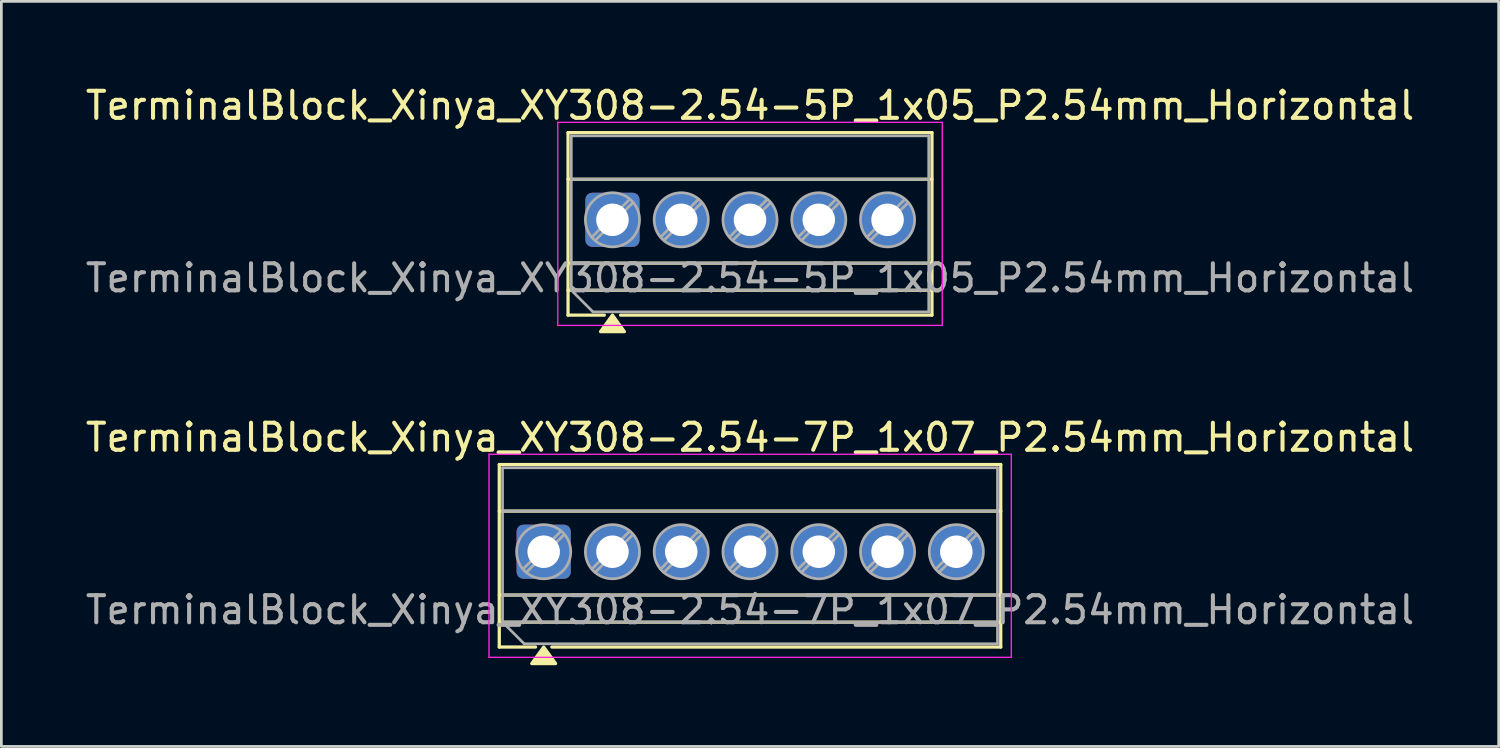
<source format=kicad_pcb>
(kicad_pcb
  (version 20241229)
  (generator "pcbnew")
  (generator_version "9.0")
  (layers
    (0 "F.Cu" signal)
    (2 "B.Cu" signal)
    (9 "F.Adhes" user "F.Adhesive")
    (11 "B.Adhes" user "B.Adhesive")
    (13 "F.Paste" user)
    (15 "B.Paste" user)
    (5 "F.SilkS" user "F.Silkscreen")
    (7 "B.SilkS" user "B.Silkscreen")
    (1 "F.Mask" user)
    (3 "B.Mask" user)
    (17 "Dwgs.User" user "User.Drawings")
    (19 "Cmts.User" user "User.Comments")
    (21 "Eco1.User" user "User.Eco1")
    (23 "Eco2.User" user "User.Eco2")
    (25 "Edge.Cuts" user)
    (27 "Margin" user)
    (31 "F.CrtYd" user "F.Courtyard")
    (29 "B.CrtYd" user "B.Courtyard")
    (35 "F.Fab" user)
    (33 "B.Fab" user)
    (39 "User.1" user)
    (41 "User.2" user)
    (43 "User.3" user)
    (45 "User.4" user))
  (footprint "TerminalBlock_Xinya_XY308-2.54-7P_1x07_P2.54mm_Horizontal"
    (layer "F.Cu")
    (at 17.029 17.326)
    (property "Reference" "TerminalBlock_Xinya_XY308-2.54-7P_1x07_P2.54mm_Horizontal" (at 7.62 -4.22 0) (layer "F.SilkS") (effects (font (size 1 1) (thickness 0.15))))
    (attr through_hole)
    (fp_line (start -1.64 -3.22) (end 16.88 -3.22) (stroke (width 0.12) (type solid)) (layer "F.SilkS"))
    (fp_line (start -1.64 -1.5) (end 16.88 -1.5) (stroke (width 0.12) (type solid)) (layer "F.SilkS"))
    (fp_line (start -1.64 1.6) (end 16.88 1.6) (stroke (width 0.12) (type solid)) (layer "F.SilkS"))
    (fp_line (start -1.64 2.6) (end 16.88 2.6) (stroke (width 0.12) (type solid)) (layer "F.SilkS"))
    (fp_line (start -1.64 3.52) (end -1.64 -3.22) (stroke (width 0.12) (type solid)) (layer "F.SilkS"))
    (fp_line (start -0.3 3.52) (end -1.64 3.52) (stroke (width 0.12) (type solid)) (layer "F.SilkS"))
    (fp_line (start 16.88 -3.22) (end 16.88 3.52) (stroke (width 0.12) (type solid)) (layer "F.SilkS"))
    (fp_line (start 16.88 3.52) (end 0.3 3.52) (stroke (width 0.12) (type solid)) (layer "F.SilkS"))
    (fp_poly (pts (xy 0 3.52) (xy 0.44 4.13) (xy -0.44 4.13)) (stroke (width 0.12) (type solid)) (fill yes) (layer "F.SilkS"))
    (fp_line (start -2.02 -3.6) (end -2.02 3.9) (stroke (width 0.05) (type solid)) (layer "F.CrtYd"))
    (fp_line (start -2.02 3.9) (end 17.27 3.9) (stroke (width 0.05) (type solid)) (layer "F.CrtYd"))
    (fp_line (start 17.27 -3.6) (end -2.02 -3.6) (stroke (width 0.05) (type solid)) (layer "F.CrtYd"))
    (fp_line (start 17.27 3.9) (end 17.27 -3.6) (stroke (width 0.05) (type solid)) (layer "F.CrtYd"))
    (fp_line (start -1.52 -3.1) (end 16.76 -3.1) (stroke (width 0.1) (type solid)) (layer "F.Fab"))
    (fp_line (start -1.52 -1.5) (end 16.76 -1.5) (stroke (width 0.1) (type solid)) (layer "F.Fab"))
    (fp_line (start -1.52 1.6) (end 16.76 1.6) (stroke (width 0.1) (type solid)) (layer "F.Fab"))
    (fp_line (start -1.52 2.6) (end -1.52 -3.1) (stroke (width 0.1) (type solid)) (layer "F.Fab"))
    (fp_line (start -1.52 2.6) (end 16.76 2.6) (stroke (width 0.1) (type solid)) (layer "F.Fab"))
    (fp_line (start -0.72 3.4) (end -1.52 2.6) (stroke (width 0.1) (type solid)) (layer "F.Fab"))
    (fp_line (start 0.636 -0.758) (end -0.758 0.636) (stroke (width 0.1) (type solid)) (layer "F.Fab"))
    (fp_line (start 0.758 -0.636) (end -0.636 0.758) (stroke (width 0.1) (type solid)) (layer "F.Fab"))
    (fp_line (start 3.176 -0.758) (end 1.782 0.636) (stroke (width 0.1) (type solid)) (layer "F.Fab"))
    (fp_line (start 3.298 -0.636) (end 1.904 0.758) (stroke (width 0.1) (type solid)) (layer "F.Fab"))
    (fp_line (start 5.716 -0.758) (end 4.322 0.636) (stroke (width 0.1) (type solid)) (layer "F.Fab"))
    (fp_line (start 5.838 -0.636) (end 4.444 0.758) (stroke (width 0.1) (type solid)) (layer "F.Fab"))
    (fp_line (start 8.256 -0.758) (end 6.862 0.636) (stroke (width 0.1) (type solid)) (layer "F.Fab"))
    (fp_line (start 8.378 -0.636) (end 6.984 0.758) (stroke (width 0.1) (type solid)) (layer "F.Fab"))
    (fp_line (start 10.796 -0.758) (end 9.402 0.636) (stroke (width 0.1) (type solid)) (layer "F.Fab"))
    (fp_line (start 10.918 -0.636) (end 9.524 0.758) (stroke (width 0.1) (type solid)) (layer "F.Fab"))
    (fp_line (start 13.336 -0.758) (end 11.942 0.636) (stroke (width 0.1) (type solid)) (layer "F.Fab"))
    (fp_line (start 13.458 -0.636) (end 12.064 0.758) (stroke (width 0.1) (type solid)) (layer "F.Fab"))
    (fp_line (start 15.876 -0.758) (end 14.482 0.636) (stroke (width 0.1) (type solid)) (layer "F.Fab"))
    (fp_line (start 15.998 -0.636) (end 14.604 0.758) (stroke (width 0.1) (type solid)) (layer "F.Fab"))
    (fp_line (start 16.76 -3.1) (end 16.76 3.4) (stroke (width 0.1) (type solid)) (layer "F.Fab"))
    (fp_line (start 16.76 3.4) (end -0.72 3.4) (stroke (width 0.1) (type solid)) (layer "F.Fab"))
    (fp_circle (center 0 0) (end 1 0) (stroke (width 0.1) (type solid)) (fill no) (layer "F.Fab"))
    (fp_circle (center 2.54 0) (end 3.54 0) (stroke (width 0.1) (type solid)) (fill no) (layer "F.Fab"))
    (fp_circle (center 5.08 0) (end 6.08 0) (stroke (width 0.1) (type solid)) (fill no) (layer "F.Fab"))
    (fp_circle (center 7.62 0) (end 8.62 0) (stroke (width 0.1) (type solid)) (fill no) (layer "F.Fab"))
    (fp_circle (center 10.16 0) (end 11.16 0) (stroke (width 0.1) (type solid)) (fill no) (layer "F.Fab"))
    (fp_circle (center 12.7 0) (end 13.7 0) (stroke (width 0.1) (type solid)) (fill no) (layer "F.Fab"))
    (fp_circle (center 15.24 0) (end 16.24 0) (stroke (width 0.1) (type solid)) (fill no) (layer "F.Fab"))
    (fp_text user "${REFERENCE}" (at 7.62 2.15 0) (layer "F.Fab") (effects (font (size 1 1) (thickness 0.15))))
    (pad "1" thru_hole roundrect (at 0 0) (size 2 2) (drill 1.2) (layers "*.Cu" "*.Mask") (roundrect_rratio 0.125))
    (pad "2" thru_hole circle (at 2.54 0) (size 2 2) (drill 1.2) (layers "*.Cu" "*.Mask"))
    (pad "3" thru_hole circle (at 5.08 0) (size 2 2) (drill 1.2) (layers "*.Cu" "*.Mask"))
    (pad "4" thru_hole circle (at 7.62 0) (size 2 2) (drill 1.2) (layers "*.Cu" "*.Mask"))
    (pad "5" thru_hole circle (at 10.16 0) (size 2 2) (drill 1.2) (layers "*.Cu" "*.Mask"))
    (pad "6" thru_hole circle (at 12.7 0) (size 2 2) (drill 1.2) (layers "*.Cu" "*.Mask"))
    (pad "7" thru_hole circle (at 15.24 0) (size 2 2) (drill 1.2) (layers "*.Cu" "*.Mask")))
  (footprint "TerminalBlock_Xinya_XY308-2.54-5P_1x05_P2.54mm_Horizontal"
    (layer "F.Cu")
    (at 19.569 5.068)
    (property "Reference" "TerminalBlock_Xinya_XY308-2.54-5P_1x05_P2.54mm_Horizontal" (at 5.08 -4.22 0) (layer "F.SilkS") (effects (font (size 1 1) (thickness 0.15))))
    (attr through_hole)
    (fp_line (start -1.64 -3.22) (end 11.8 -3.22) (stroke (width 0.12) (type solid)) (layer "F.SilkS"))
    (fp_line (start -1.64 -1.5) (end 11.8 -1.5) (stroke (width 0.12) (type solid)) (layer "F.SilkS"))
    (fp_line (start -1.64 1.6) (end 11.8 1.6) (stroke (width 0.12) (type solid)) (layer "F.SilkS"))
    (fp_line (start -1.64 2.6) (end 11.8 2.6) (stroke (width 0.12) (type solid)) (layer "F.SilkS"))
    (fp_line (start -1.64 3.52) (end -1.64 -3.22) (stroke (width 0.12) (type solid)) (layer "F.SilkS"))
    (fp_line (start -0.3 3.52) (end -1.64 3.52) (stroke (width 0.12) (type solid)) (layer "F.SilkS"))
    (fp_line (start 11.8 -3.22) (end 11.8 3.52) (stroke (width 0.12) (type solid)) (layer "F.SilkS"))
    (fp_line (start 11.8 3.52) (end 0.3 3.52) (stroke (width 0.12) (type solid)) (layer "F.SilkS"))
    (fp_poly (pts (xy 0 3.52) (xy 0.44 4.13) (xy -0.44 4.13)) (stroke (width 0.12) (type solid)) (fill yes) (layer "F.SilkS"))
    (fp_line (start -2.02 -3.6) (end -2.02 3.9) (stroke (width 0.05) (type solid)) (layer "F.CrtYd"))
    (fp_line (start -2.02 3.9) (end 12.18 3.9) (stroke (width 0.05) (type solid)) (layer "F.CrtYd"))
    (fp_line (start 12.18 -3.6) (end -2.02 -3.6) (stroke (width 0.05) (type solid)) (layer "F.CrtYd"))
    (fp_line (start 12.18 3.9) (end 12.18 -3.6) (stroke (width 0.05) (type solid)) (layer "F.CrtYd"))
    (fp_line (start -1.52 -3.1) (end 11.68 -3.1) (stroke (width 0.1) (type solid)) (layer "F.Fab"))
    (fp_line (start -1.52 -1.5) (end 11.68 -1.5) (stroke (width 0.1) (type solid)) (layer "F.Fab"))
    (fp_line (start -1.52 1.6) (end 11.68 1.6) (stroke (width 0.1) (type solid)) (layer "F.Fab"))
    (fp_line (start -1.52 2.6) (end -1.52 -3.1) (stroke (width 0.1) (type solid)) (layer "F.Fab"))
    (fp_line (start -1.52 2.6) (end 11.68 2.6) (stroke (width 0.1) (type solid)) (layer "F.Fab"))
    (fp_line (start -0.72 3.4) (end -1.52 2.6) (stroke (width 0.1) (type solid)) (layer "F.Fab"))
    (fp_line (start 0.636 -0.758) (end -0.758 0.636) (stroke (width 0.1) (type solid)) (layer "F.Fab"))
    (fp_line (start 0.758 -0.636) (end -0.636 0.758) (stroke (width 0.1) (type solid)) (layer "F.Fab"))
    (fp_line (start 3.176 -0.758) (end 1.782 0.636) (stroke (width 0.1) (type solid)) (layer "F.Fab"))
    (fp_line (start 3.298 -0.636) (end 1.904 0.758) (stroke (width 0.1) (type solid)) (layer "F.Fab"))
    (fp_line (start 5.716 -0.758) (end 4.322 0.636) (stroke (width 0.1) (type solid)) (layer "F.Fab"))
    (fp_line (start 5.838 -0.636) (end 4.444 0.758) (stroke (width 0.1) (type solid)) (layer "F.Fab"))
    (fp_line (start 8.256 -0.758) (end 6.862 0.636) (stroke (width 0.1) (type solid)) (layer "F.Fab"))
    (fp_line (start 8.378 -0.636) (end 6.984 0.758) (stroke (width 0.1) (type solid)) (layer "F.Fab"))
    (fp_line (start 10.796 -0.758) (end 9.402 0.636) (stroke (width 0.1) (type solid)) (layer "F.Fab"))
    (fp_line (start 10.918 -0.636) (end 9.524 0.758) (stroke (width 0.1) (type solid)) (layer "F.Fab"))
    (fp_line (start 11.68 -3.1) (end 11.68 3.4) (stroke (width 0.1) (type solid)) (layer "F.Fab"))
    (fp_line (start 11.68 3.4) (end -0.72 3.4) (stroke (width 0.1) (type solid)) (layer "F.Fab"))
    (fp_circle (center 0 0) (end 1 0) (stroke (width 0.1) (type solid)) (fill no) (layer "F.Fab"))
    (fp_circle (center 2.54 0) (end 3.54 0) (stroke (width 0.1) (type solid)) (fill no) (layer "F.Fab"))
    (fp_circle (center 5.08 0) (end 6.08 0) (stroke (width 0.1) (type solid)) (fill no) (layer "F.Fab"))
    (fp_circle (center 7.62 0) (end 8.62 0) (stroke (width 0.1) (type solid)) (fill no) (layer "F.Fab"))
    (fp_circle (center 10.16 0) (end 11.16 0) (stroke (width 0.1) (type solid)) (fill no) (layer "F.Fab"))
    (fp_text user "${REFERENCE}" (at 5.08 2.15 0) (layer "F.Fab") (effects (font (size 1 1) (thickness 0.15))))
    (pad "1" thru_hole roundrect (at 0 0) (size 2 2) (drill 1.2) (layers "*.Cu" "*.Mask") (roundrect_rratio 0.125))
    (pad "2" thru_hole circle (at 2.54 0) (size 2 2) (drill 1.2) (layers "*.Cu" "*.Mask"))
    (pad "3" thru_hole circle (at 5.08 0) (size 2 2) (drill 1.2) (layers "*.Cu" "*.Mask"))
    (pad "4" thru_hole circle (at 7.62 0) (size 2 2) (drill 1.2) (layers "*.Cu" "*.Mask"))
    (pad "5" thru_hole circle (at 10.16 0) (size 2 2) (drill 1.2) (layers "*.Cu" "*.Mask")))
  (gr_rect
    (start -3 -3)
    (end 52.298 24.517)
    (stroke (width 0.1) (type default))
    (fill no)
    (layer "Edge.Cuts")))
</source>
